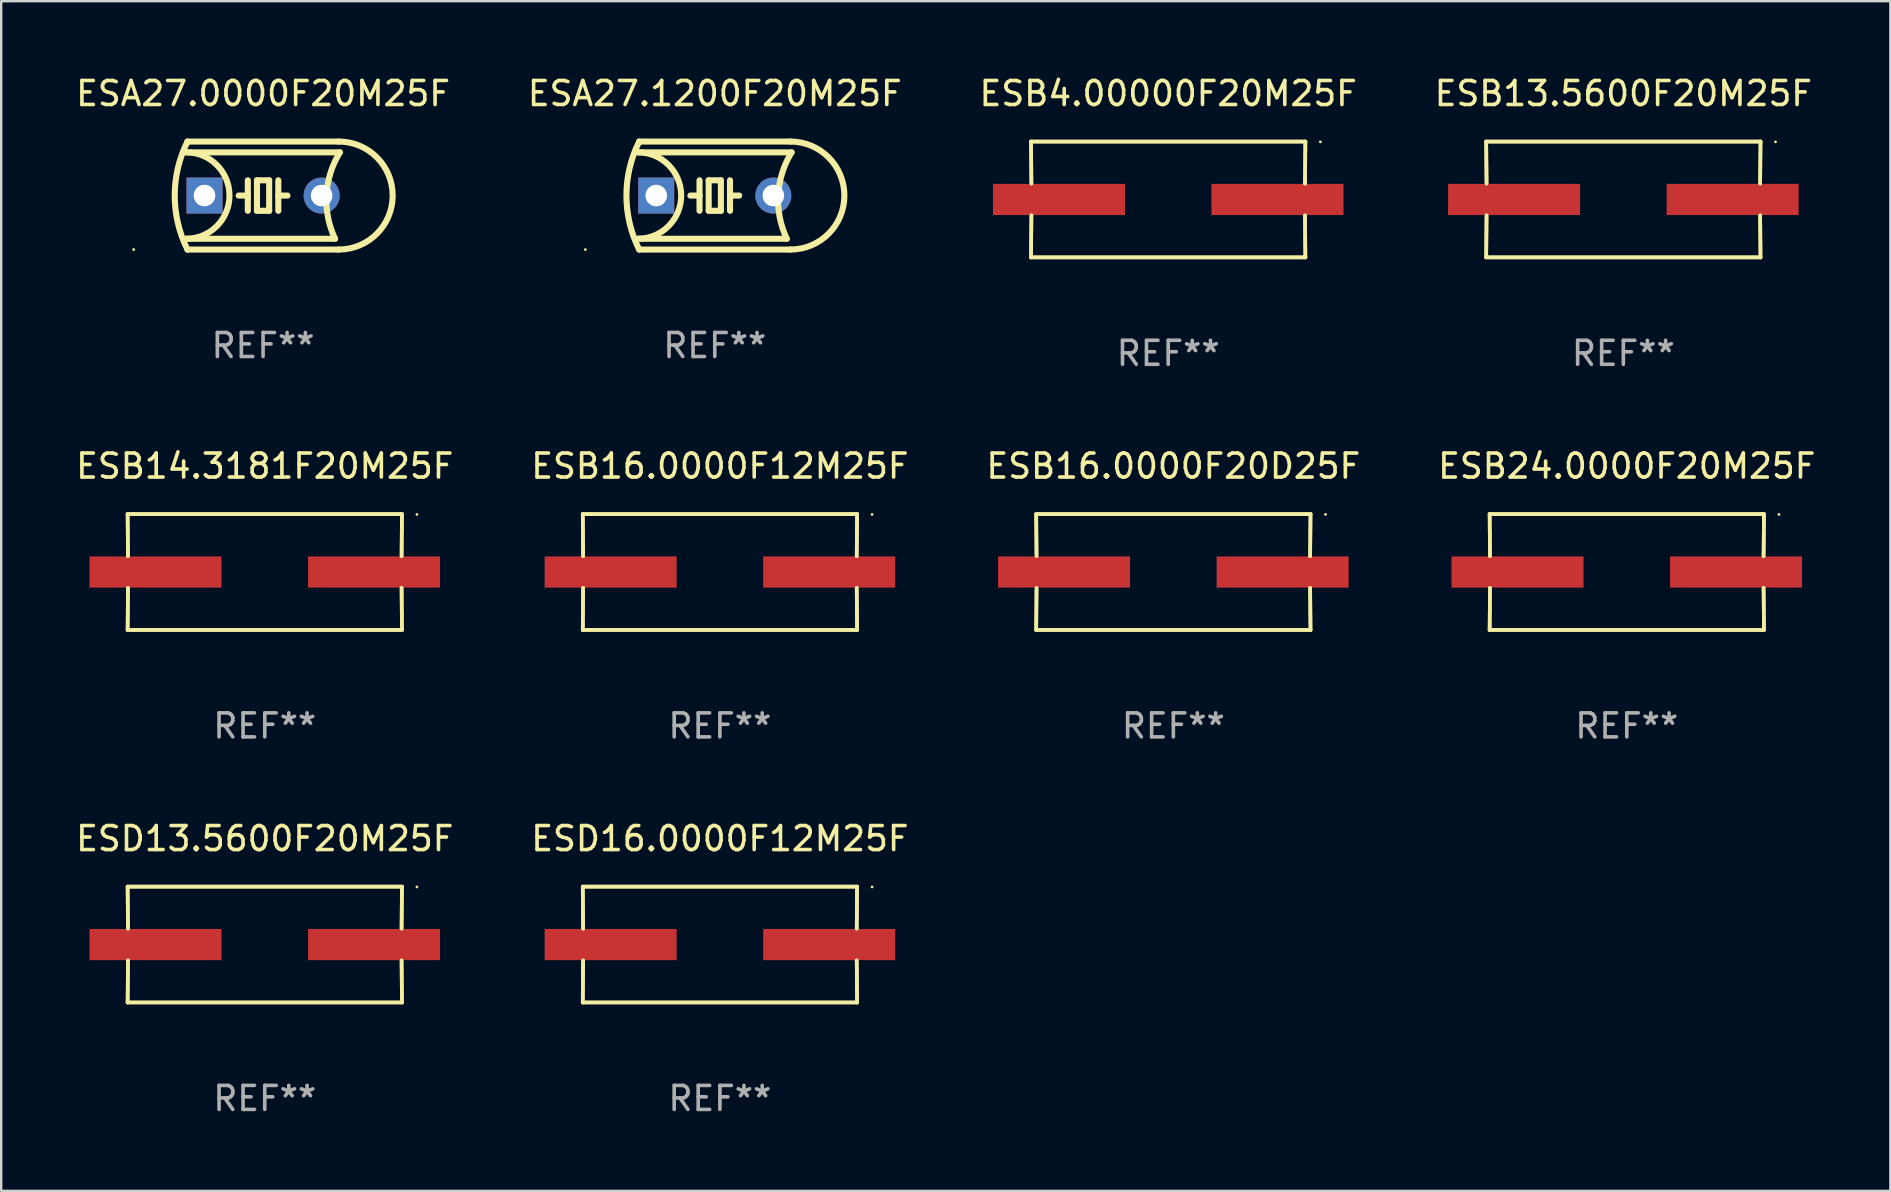
<source format=kicad_pcb>
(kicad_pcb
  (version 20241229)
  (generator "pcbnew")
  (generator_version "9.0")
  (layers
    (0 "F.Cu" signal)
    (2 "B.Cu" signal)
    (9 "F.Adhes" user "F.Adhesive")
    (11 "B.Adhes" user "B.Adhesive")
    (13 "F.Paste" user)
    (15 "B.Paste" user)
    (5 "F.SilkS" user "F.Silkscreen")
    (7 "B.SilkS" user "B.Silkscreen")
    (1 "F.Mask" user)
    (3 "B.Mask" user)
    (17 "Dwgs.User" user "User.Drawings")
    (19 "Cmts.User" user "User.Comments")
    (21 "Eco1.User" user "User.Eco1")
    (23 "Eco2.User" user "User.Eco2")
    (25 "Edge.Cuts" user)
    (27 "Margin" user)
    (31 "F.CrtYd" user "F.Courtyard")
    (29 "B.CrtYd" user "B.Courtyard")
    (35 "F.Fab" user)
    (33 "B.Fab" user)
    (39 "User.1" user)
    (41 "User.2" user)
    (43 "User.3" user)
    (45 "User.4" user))
  (footprint "ESB14.3181F20M25F"
    (layer "F.Cu")
    (at 7.982 20.784)
    (property "Reference" "ESB14.3181F20M25F" (at 0 -4.413 0) (layer "F.SilkS") (effects (font (size 1 1) (thickness 0.15))))
    (attr through_hole)
    (fp_line (start -5.715 -2.413) (end -5.7 -0.662) (stroke (width 0.152) (type solid)) (layer "F.SilkS"))
    (fp_line (start -5.715 -2.413) (end -5.7 -0.662) (stroke (width 0.152) (type solid)) (layer "F.SilkS"))
    (fp_line (start -5.715 2.413) (end 5.715 2.413) (stroke (width 0.152) (type solid)) (layer "F.SilkS"))
    (fp_line (start -5.715 2.413) (end 5.715 2.413) (stroke (width 0.152) (type solid)) (layer "F.SilkS"))
    (fp_line (start -5.7 0.662) (end -5.715 2.413) (stroke (width 0.152) (type solid)) (layer "F.SilkS"))
    (fp_line (start -5.7 0.662) (end -5.715 2.413) (stroke (width 0.152) (type solid)) (layer "F.SilkS"))
    (fp_line (start 5.7 -0.662) (end 5.715 -2.413) (stroke (width 0.152) (type solid)) (layer "F.SilkS"))
    (fp_line (start 5.7 -0.662) (end 5.715 -2.413) (stroke (width 0.152) (type solid)) (layer "F.SilkS"))
    (fp_line (start 5.715 -2.413) (end -5.715 -2.413) (stroke (width 0.152) (type solid)) (layer "F.SilkS"))
    (fp_line (start 5.715 -2.413) (end -5.715 -2.413) (stroke (width 0.152) (type solid)) (layer "F.SilkS"))
    (fp_line (start 5.715 2.413) (end 5.7 0.662) (stroke (width 0.152) (type solid)) (layer "F.SilkS"))
    (fp_line (start 5.715 2.413) (end 5.7 0.662) (stroke (width 0.152) (type solid)) (layer "F.SilkS"))
    (fp_circle (center 6.34 -2.4) (end 6.37 -2.4) (stroke (width 0.06) (type solid)) (fill no) (layer "F.SilkS"))
    (fp_text user "REF**" (at 0 6.413 0) (layer "F.Fab") (effects (font (size 1 1) (thickness 0.15))))
    (pad "1" smd rect (at 4.553 0) (size 5.5 1.3) (layers "F.Cu" "F.Mask" "F.Paste"))
    (pad "2" smd rect (at -4.553 0) (size 5.5 1.3) (layers "F.Cu" "F.Mask" "F.Paste")))
  (footprint "ESA27.0000F20M25F"
    (layer "F.Cu")
    (at 7.911 5.098)
    (property "Reference" "ESA27.0000F20M25F" (at 0 -4.25 0) (layer "F.SilkS") (effects (font (size 1 1) (thickness 0.15))))
    (attr through_hole)
    (fp_line (start -3.2 -1.8) (end 3.2 -1.8) (stroke (width 0.254) (type solid)) (layer "F.SilkS"))
    (fp_line (start -3.15 2.25) (end 3.15 2.25) (stroke (width 0.254) (type solid)) (layer "F.SilkS"))
    (fp_line (start -0.635 -0.635) (end -0.635 0) (stroke (width 0.254) (type solid)) (layer "F.SilkS"))
    (fp_line (start -0.635 0) (end -1.016 0) (stroke (width 0.254) (type solid)) (layer "F.SilkS"))
    (fp_line (start -0.635 0) (end -0.635 0.635) (stroke (width 0.254) (type solid)) (layer "F.SilkS"))
    (fp_line (start -0.254 -0.635) (end -0.254 0.635) (stroke (width 0.254) (type solid)) (layer "F.SilkS"))
    (fp_line (start -0.254 0.635) (end 0.254 0.635) (stroke (width 0.254) (type solid)) (layer "F.SilkS"))
    (fp_line (start 0.254 -0.635) (end -0.254 -0.635) (stroke (width 0.254) (type solid)) (layer "F.SilkS"))
    (fp_line (start 0.254 0.635) (end 0.254 -0.635) (stroke (width 0.254) (type solid)) (layer "F.SilkS"))
    (fp_line (start 0.635 -0.635) (end 0.635 0) (stroke (width 0.254) (type solid)) (layer "F.SilkS"))
    (fp_line (start 0.635 0) (end 0.635 0.635) (stroke (width 0.254) (type solid)) (layer "F.SilkS"))
    (fp_line (start 0.635 0) (end 1.016 0) (stroke (width 0.254) (type solid)) (layer "F.SilkS"))
    (fp_line (start 3 1.8) (end -3.2 1.8) (stroke (width 0.254) (type solid)) (layer "F.SilkS"))
    (fp_line (start 3.15 -2.25) (end -3.15 -2.25) (stroke (width 0.254) (type solid)) (layer "F.SilkS"))
    (fp_arc (start -3.200406 -1.800864) (mid -1.399974 -0.000635) (end -3.2 1.8) (stroke (width 0.254001) (type solid)) (layer "F.SilkS"))
    (fp_arc (start -3.149606 2.250444) (mid -3.680941 0.000261) (end -3.149987 -2.250013) (stroke (width 0.254001) (type solid)) (layer "F.SilkS"))
    (fp_arc (start 2.999746 1.800863) (mid 2.642982 -0.024977) (end 3.2 -1.8) (stroke (width 0.254001) (type solid)) (layer "F.SilkS"))
    (fp_arc (start 3.149607 -2.250445) (mid 5.399848 -0.000406) (end 3.149987 2.250013) (stroke (width 0.254001) (type solid)) (layer "F.SilkS"))
    (fp_circle (center -5.392 2.25) (end -5.362 2.25) (stroke (width 0.06) (type solid)) (fill no) (layer "F.SilkS"))
    (fp_text user "REF**" (at 0 6.25 0) (layer "F.Fab") (effects (font (size 1 1) (thickness 0.15))))
    (pad "1" thru_hole rect (at -2.44 0) (size 1.5 1.5) (drill 0.9) (layers "*.Cu" "*.Mask"))
    (pad "2" thru_hole circle (at 2.44 0) (size 1.5 1.5) (drill 0.9) (layers "*.Cu" "*.Mask")))
  (footprint "ESB13.5600F20M25F"
    (layer "F.Cu")
    (at 64.589 5.261)
    (property "Reference" "ESB13.5600F20M25F" (at 0 -4.413 0) (layer "F.SilkS") (effects (font (size 1 1) (thickness 0.15))))
    (attr through_hole)
    (fp_line (start -5.715 -2.413) (end -5.7 -0.662) (stroke (width 0.152) (type solid)) (layer "F.SilkS"))
    (fp_line (start -5.715 -2.413) (end -5.7 -0.662) (stroke (width 0.152) (type solid)) (layer "F.SilkS"))
    (fp_line (start -5.715 2.413) (end 5.715 2.413) (stroke (width 0.152) (type solid)) (layer "F.SilkS"))
    (fp_line (start -5.715 2.413) (end 5.715 2.413) (stroke (width 0.152) (type solid)) (layer "F.SilkS"))
    (fp_line (start -5.7 0.662) (end -5.715 2.413) (stroke (width 0.152) (type solid)) (layer "F.SilkS"))
    (fp_line (start -5.7 0.662) (end -5.715 2.413) (stroke (width 0.152) (type solid)) (layer "F.SilkS"))
    (fp_line (start 5.7 -0.662) (end 5.715 -2.413) (stroke (width 0.152) (type solid)) (layer "F.SilkS"))
    (fp_line (start 5.7 -0.662) (end 5.715 -2.413) (stroke (width 0.152) (type solid)) (layer "F.SilkS"))
    (fp_line (start 5.715 -2.413) (end -5.715 -2.413) (stroke (width 0.152) (type solid)) (layer "F.SilkS"))
    (fp_line (start 5.715 -2.413) (end -5.715 -2.413) (stroke (width 0.152) (type solid)) (layer "F.SilkS"))
    (fp_line (start 5.715 2.413) (end 5.7 0.662) (stroke (width 0.152) (type solid)) (layer "F.SilkS"))
    (fp_line (start 5.715 2.413) (end 5.7 0.662) (stroke (width 0.152) (type solid)) (layer "F.SilkS"))
    (fp_circle (center 6.34 -2.4) (end 6.37 -2.4) (stroke (width 0.06) (type solid)) (fill no) (layer "F.SilkS"))
    (fp_text user "REF**" (at 0 6.413 0) (layer "F.Fab") (effects (font (size 1 1) (thickness 0.15))))
    (pad "1" smd rect (at 4.553 0) (size 5.5 1.3) (layers "F.Cu" "F.Mask" "F.Paste"))
    (pad "2" smd rect (at -4.553 0) (size 5.5 1.3) (layers "F.Cu" "F.Mask" "F.Paste")))
  (footprint "ESD13.5600F20M25F"
    (layer "F.Cu")
    (at 7.982 36.306)
    (property "Reference" "ESD13.5600F20M25F" (at 0 -4.413 0) (layer "F.SilkS") (effects (font (size 1 1) (thickness 0.15))))
    (attr through_hole)
    (fp_line (start -5.715 -2.413) (end -5.7 -0.662) (stroke (width 0.152) (type solid)) (layer "F.SilkS"))
    (fp_line (start -5.715 -2.413) (end -5.7 -0.662) (stroke (width 0.152) (type solid)) (layer "F.SilkS"))
    (fp_line (start -5.715 2.413) (end 5.715 2.413) (stroke (width 0.152) (type solid)) (layer "F.SilkS"))
    (fp_line (start -5.715 2.413) (end 5.715 2.413) (stroke (width 0.152) (type solid)) (layer "F.SilkS"))
    (fp_line (start -5.7 0.662) (end -5.715 2.413) (stroke (width 0.152) (type solid)) (layer "F.SilkS"))
    (fp_line (start -5.7 0.662) (end -5.715 2.413) (stroke (width 0.152) (type solid)) (layer "F.SilkS"))
    (fp_line (start 5.7 -0.662) (end 5.715 -2.413) (stroke (width 0.152) (type solid)) (layer "F.SilkS"))
    (fp_line (start 5.7 -0.662) (end 5.715 -2.413) (stroke (width 0.152) (type solid)) (layer "F.SilkS"))
    (fp_line (start 5.715 -2.413) (end -5.715 -2.413) (stroke (width 0.152) (type solid)) (layer "F.SilkS"))
    (fp_line (start 5.715 -2.413) (end -5.715 -2.413) (stroke (width 0.152) (type solid)) (layer "F.SilkS"))
    (fp_line (start 5.715 2.413) (end 5.7 0.662) (stroke (width 0.152) (type solid)) (layer "F.SilkS"))
    (fp_line (start 5.715 2.413) (end 5.7 0.662) (stroke (width 0.152) (type solid)) (layer "F.SilkS"))
    (fp_circle (center 6.34 -2.4) (end 6.37 -2.4) (stroke (width 0.06) (type solid)) (fill no) (layer "F.SilkS"))
    (fp_text user "REF**" (at 0 6.413 0) (layer "F.Fab") (effects (font (size 1 1) (thickness 0.15))))
    (pad "1" smd rect (at 4.553 0) (size 5.5 1.3) (layers "F.Cu" "F.Mask" "F.Paste"))
    (pad "2" smd rect (at -4.553 0) (size 5.5 1.3) (layers "F.Cu" "F.Mask" "F.Paste")))
  (footprint "ESB4.00000F20M25F"
    (layer "F.Cu")
    (at 45.625 5.261)
    (property "Reference" "ESB4.00000F20M25F" (at 0 -4.413 0) (layer "F.SilkS") (effects (font (size 1 1) (thickness 0.15))))
    (attr through_hole)
    (fp_line (start -5.715 -2.413) (end -5.7 -0.662) (stroke (width 0.152) (type solid)) (layer "F.SilkS"))
    (fp_line (start -5.715 -2.413) (end -5.7 -0.662) (stroke (width 0.152) (type solid)) (layer "F.SilkS"))
    (fp_line (start -5.715 2.413) (end 5.715 2.413) (stroke (width 0.152) (type solid)) (layer "F.SilkS"))
    (fp_line (start -5.715 2.413) (end 5.715 2.413) (stroke (width 0.152) (type solid)) (layer "F.SilkS"))
    (fp_line (start -5.7 0.662) (end -5.715 2.413) (stroke (width 0.152) (type solid)) (layer "F.SilkS"))
    (fp_line (start -5.7 0.662) (end -5.715 2.413) (stroke (width 0.152) (type solid)) (layer "F.SilkS"))
    (fp_line (start 5.7 -0.662) (end 5.715 -2.413) (stroke (width 0.152) (type solid)) (layer "F.SilkS"))
    (fp_line (start 5.7 -0.662) (end 5.715 -2.413) (stroke (width 0.152) (type solid)) (layer "F.SilkS"))
    (fp_line (start 5.715 -2.413) (end -5.715 -2.413) (stroke (width 0.152) (type solid)) (layer "F.SilkS"))
    (fp_line (start 5.715 -2.413) (end -5.715 -2.413) (stroke (width 0.152) (type solid)) (layer "F.SilkS"))
    (fp_line (start 5.715 2.413) (end 5.7 0.662) (stroke (width 0.152) (type solid)) (layer "F.SilkS"))
    (fp_line (start 5.715 2.413) (end 5.7 0.662) (stroke (width 0.152) (type solid)) (layer "F.SilkS"))
    (fp_circle (center 6.34 -2.4) (end 6.37 -2.4) (stroke (width 0.06) (type solid)) (fill no) (layer "F.SilkS"))
    (fp_text user "REF**" (at 0 6.413 0) (layer "F.Fab") (effects (font (size 1 1) (thickness 0.15))))
    (pad "1" smd rect (at 4.553 0) (size 5.5 1.3) (layers "F.Cu" "F.Mask" "F.Paste"))
    (pad "2" smd rect (at -4.553 0) (size 5.5 1.3) (layers "F.Cu" "F.Mask" "F.Paste")))
  (footprint "ESB24.0000F20M25F"
    (layer "F.Cu")
    (at 64.732 20.784)
    (property "Reference" "ESB24.0000F20M25F" (at 0 -4.413 0) (layer "F.SilkS") (effects (font (size 1 1) (thickness 0.15))))
    (attr through_hole)
    (fp_line (start -5.715 -2.413) (end -5.7 -0.662) (stroke (width 0.152) (type solid)) (layer "F.SilkS"))
    (fp_line (start -5.715 -2.413) (end -5.7 -0.662) (stroke (width 0.152) (type solid)) (layer "F.SilkS"))
    (fp_line (start -5.715 2.413) (end 5.715 2.413) (stroke (width 0.152) (type solid)) (layer "F.SilkS"))
    (fp_line (start -5.715 2.413) (end 5.715 2.413) (stroke (width 0.152) (type solid)) (layer "F.SilkS"))
    (fp_line (start -5.7 0.662) (end -5.715 2.413) (stroke (width 0.152) (type solid)) (layer "F.SilkS"))
    (fp_line (start -5.7 0.662) (end -5.715 2.413) (stroke (width 0.152) (type solid)) (layer "F.SilkS"))
    (fp_line (start 5.7 -0.662) (end 5.715 -2.413) (stroke (width 0.152) (type solid)) (layer "F.SilkS"))
    (fp_line (start 5.7 -0.662) (end 5.715 -2.413) (stroke (width 0.152) (type solid)) (layer "F.SilkS"))
    (fp_line (start 5.715 -2.413) (end -5.715 -2.413) (stroke (width 0.152) (type solid)) (layer "F.SilkS"))
    (fp_line (start 5.715 -2.413) (end -5.715 -2.413) (stroke (width 0.152) (type solid)) (layer "F.SilkS"))
    (fp_line (start 5.715 2.413) (end 5.7 0.662) (stroke (width 0.152) (type solid)) (layer "F.SilkS"))
    (fp_line (start 5.715 2.413) (end 5.7 0.662) (stroke (width 0.152) (type solid)) (layer "F.SilkS"))
    (fp_circle (center 6.34 -2.4) (end 6.37 -2.4) (stroke (width 0.06) (type solid)) (fill no) (layer "F.SilkS"))
    (fp_text user "REF**" (at 0 6.413 0) (layer "F.Fab") (effects (font (size 1 1) (thickness 0.15))))
    (pad "1" smd rect (at 4.553 0) (size 5.5 1.3) (layers "F.Cu" "F.Mask" "F.Paste"))
    (pad "2" smd rect (at -4.553 0) (size 5.5 1.3) (layers "F.Cu" "F.Mask" "F.Paste")))
  (footprint "ESB16.0000F20D25F"
    (layer "F.Cu")
    (at 45.839 20.784)
    (property "Reference" "ESB16.0000F20D25F" (at 0 -4.413 0) (layer "F.SilkS") (effects (font (size 1 1) (thickness 0.15))))
    (attr through_hole)
    (fp_line (start -5.715 -2.413) (end -5.7 -0.662) (stroke (width 0.152) (type solid)) (layer "F.SilkS"))
    (fp_line (start -5.715 -2.413) (end -5.7 -0.662) (stroke (width 0.152) (type solid)) (layer "F.SilkS"))
    (fp_line (start -5.715 2.413) (end 5.715 2.413) (stroke (width 0.152) (type solid)) (layer "F.SilkS"))
    (fp_line (start -5.715 2.413) (end 5.715 2.413) (stroke (width 0.152) (type solid)) (layer "F.SilkS"))
    (fp_line (start -5.7 0.662) (end -5.715 2.413) (stroke (width 0.152) (type solid)) (layer "F.SilkS"))
    (fp_line (start -5.7 0.662) (end -5.715 2.413) (stroke (width 0.152) (type solid)) (layer "F.SilkS"))
    (fp_line (start 5.7 -0.662) (end 5.715 -2.413) (stroke (width 0.152) (type solid)) (layer "F.SilkS"))
    (fp_line (start 5.7 -0.662) (end 5.715 -2.413) (stroke (width 0.152) (type solid)) (layer "F.SilkS"))
    (fp_line (start 5.715 -2.413) (end -5.715 -2.413) (stroke (width 0.152) (type solid)) (layer "F.SilkS"))
    (fp_line (start 5.715 -2.413) (end -5.715 -2.413) (stroke (width 0.152) (type solid)) (layer "F.SilkS"))
    (fp_line (start 5.715 2.413) (end 5.7 0.662) (stroke (width 0.152) (type solid)) (layer "F.SilkS"))
    (fp_line (start 5.715 2.413) (end 5.7 0.662) (stroke (width 0.152) (type solid)) (layer "F.SilkS"))
    (fp_circle (center 6.34 -2.4) (end 6.37 -2.4) (stroke (width 0.06) (type solid)) (fill no) (layer "F.SilkS"))
    (fp_text user "REF**" (at 0 6.413 0) (layer "F.Fab") (effects (font (size 1 1) (thickness 0.15))))
    (pad "1" smd rect (at 4.553 0) (size 5.5 1.3) (layers "F.Cu" "F.Mask" "F.Paste"))
    (pad "2" smd rect (at -4.553 0) (size 5.5 1.3) (layers "F.Cu" "F.Mask" "F.Paste")))
  (footprint "ESD16.0000F12M25F"
    (layer "F.Cu")
    (at 26.946 36.306)
    (property "Reference" "ESD16.0000F12M25F" (at 0 -4.413 0) (layer "F.SilkS") (effects (font (size 1 1) (thickness 0.15))))
    (attr through_hole)
    (fp_line (start -5.715 -2.413) (end -5.7 -0.662) (stroke (width 0.152) (type solid)) (layer "F.SilkS"))
    (fp_line (start -5.715 -2.413) (end -5.7 -0.662) (stroke (width 0.152) (type solid)) (layer "F.SilkS"))
    (fp_line (start -5.715 2.413) (end 5.715 2.413) (stroke (width 0.152) (type solid)) (layer "F.SilkS"))
    (fp_line (start -5.715 2.413) (end 5.715 2.413) (stroke (width 0.152) (type solid)) (layer "F.SilkS"))
    (fp_line (start -5.7 0.662) (end -5.715 2.413) (stroke (width 0.152) (type solid)) (layer "F.SilkS"))
    (fp_line (start -5.7 0.662) (end -5.715 2.413) (stroke (width 0.152) (type solid)) (layer "F.SilkS"))
    (fp_line (start 5.7 -0.662) (end 5.715 -2.413) (stroke (width 0.152) (type solid)) (layer "F.SilkS"))
    (fp_line (start 5.7 -0.662) (end 5.715 -2.413) (stroke (width 0.152) (type solid)) (layer "F.SilkS"))
    (fp_line (start 5.715 -2.413) (end -5.715 -2.413) (stroke (width 0.152) (type solid)) (layer "F.SilkS"))
    (fp_line (start 5.715 -2.413) (end -5.715 -2.413) (stroke (width 0.152) (type solid)) (layer "F.SilkS"))
    (fp_line (start 5.715 2.413) (end 5.7 0.662) (stroke (width 0.152) (type solid)) (layer "F.SilkS"))
    (fp_line (start 5.715 2.413) (end 5.7 0.662) (stroke (width 0.152) (type solid)) (layer "F.SilkS"))
    (fp_circle (center 6.34 -2.4) (end 6.37 -2.4) (stroke (width 0.06) (type solid)) (fill no) (layer "F.SilkS"))
    (fp_text user "REF**" (at 0 6.413 0) (layer "F.Fab") (effects (font (size 1 1) (thickness 0.15))))
    (pad "1" smd rect (at 4.553 0) (size 5.5 1.3) (layers "F.Cu" "F.Mask" "F.Paste"))
    (pad "2" smd rect (at -4.553 0) (size 5.5 1.3) (layers "F.Cu" "F.Mask" "F.Paste")))
  (footprint "ESB16.0000F12M25F"
    (layer "F.Cu")
    (at 26.946 20.784)
    (property "Reference" "ESB16.0000F12M25F" (at 0 -4.413 0) (layer "F.SilkS") (effects (font (size 1 1) (thickness 0.15))))
    (attr through_hole)
    (fp_line (start -5.715 -2.413) (end -5.7 -0.662) (stroke (width 0.152) (type solid)) (layer "F.SilkS"))
    (fp_line (start -5.715 -2.413) (end -5.7 -0.662) (stroke (width 0.152) (type solid)) (layer "F.SilkS"))
    (fp_line (start -5.715 2.413) (end 5.715 2.413) (stroke (width 0.152) (type solid)) (layer "F.SilkS"))
    (fp_line (start -5.715 2.413) (end 5.715 2.413) (stroke (width 0.152) (type solid)) (layer "F.SilkS"))
    (fp_line (start -5.7 0.662) (end -5.715 2.413) (stroke (width 0.152) (type solid)) (layer "F.SilkS"))
    (fp_line (start -5.7 0.662) (end -5.715 2.413) (stroke (width 0.152) (type solid)) (layer "F.SilkS"))
    (fp_line (start 5.7 -0.662) (end 5.715 -2.413) (stroke (width 0.152) (type solid)) (layer "F.SilkS"))
    (fp_line (start 5.7 -0.662) (end 5.715 -2.413) (stroke (width 0.152) (type solid)) (layer "F.SilkS"))
    (fp_line (start 5.715 -2.413) (end -5.715 -2.413) (stroke (width 0.152) (type solid)) (layer "F.SilkS"))
    (fp_line (start 5.715 -2.413) (end -5.715 -2.413) (stroke (width 0.152) (type solid)) (layer "F.SilkS"))
    (fp_line (start 5.715 2.413) (end 5.7 0.662) (stroke (width 0.152) (type solid)) (layer "F.SilkS"))
    (fp_line (start 5.715 2.413) (end 5.7 0.662) (stroke (width 0.152) (type solid)) (layer "F.SilkS"))
    (fp_circle (center 6.34 -2.4) (end 6.37 -2.4) (stroke (width 0.06) (type solid)) (fill no) (layer "F.SilkS"))
    (fp_text user "REF**" (at 0 6.413 0) (layer "F.Fab") (effects (font (size 1 1) (thickness 0.15))))
    (pad "1" smd rect (at 4.553 0) (size 5.5 1.3) (layers "F.Cu" "F.Mask" "F.Paste"))
    (pad "2" smd rect (at -4.553 0) (size 5.5 1.3) (layers "F.Cu" "F.Mask" "F.Paste")))
  (footprint "ESA27.1200F20M25F"
    (layer "F.Cu")
    (at 26.732 5.098)
    (property "Reference" "ESA27.1200F20M25F" (at 0 -4.25 0) (layer "F.SilkS") (effects (font (size 1 1) (thickness 0.15))))
    (attr through_hole)
    (fp_line (start -3.2 -1.8) (end 3.2 -1.8) (stroke (width 0.254) (type solid)) (layer "F.SilkS"))
    (fp_line (start -3.15 2.25) (end 3.15 2.25) (stroke (width 0.254) (type solid)) (layer "F.SilkS"))
    (fp_line (start -0.635 -0.635) (end -0.635 0) (stroke (width 0.254) (type solid)) (layer "F.SilkS"))
    (fp_line (start -0.635 0) (end -1.016 0) (stroke (width 0.254) (type solid)) (layer "F.SilkS"))
    (fp_line (start -0.635 0) (end -0.635 0.635) (stroke (width 0.254) (type solid)) (layer "F.SilkS"))
    (fp_line (start -0.254 -0.635) (end -0.254 0.635) (stroke (width 0.254) (type solid)) (layer "F.SilkS"))
    (fp_line (start -0.254 0.635) (end 0.254 0.635) (stroke (width 0.254) (type solid)) (layer "F.SilkS"))
    (fp_line (start 0.254 -0.635) (end -0.254 -0.635) (stroke (width 0.254) (type solid)) (layer "F.SilkS"))
    (fp_line (start 0.254 0.635) (end 0.254 -0.635) (stroke (width 0.254) (type solid)) (layer "F.SilkS"))
    (fp_line (start 0.635 -0.635) (end 0.635 0) (stroke (width 0.254) (type solid)) (layer "F.SilkS"))
    (fp_line (start 0.635 0) (end 0.635 0.635) (stroke (width 0.254) (type solid)) (layer "F.SilkS"))
    (fp_line (start 0.635 0) (end 1.016 0) (stroke (width 0.254) (type solid)) (layer "F.SilkS"))
    (fp_line (start 3 1.8) (end -3.2 1.8) (stroke (width 0.254) (type solid)) (layer "F.SilkS"))
    (fp_line (start 3.15 -2.25) (end -3.15 -2.25) (stroke (width 0.254) (type solid)) (layer "F.SilkS"))
    (fp_arc (start -3.200406 -1.800864) (mid -1.399974 -0.000635) (end -3.2 1.8) (stroke (width 0.254001) (type solid)) (layer "F.SilkS"))
    (fp_arc (start -3.149606 2.250444) (mid -3.680941 0.000261) (end -3.149987 -2.250013) (stroke (width 0.254001) (type solid)) (layer "F.SilkS"))
    (fp_arc (start 2.999746 1.800863) (mid 2.642982 -0.024977) (end 3.2 -1.8) (stroke (width 0.254001) (type solid)) (layer "F.SilkS"))
    (fp_arc (start 3.149607 -2.250445) (mid 5.399848 -0.000406) (end 3.149987 2.250013) (stroke (width 0.254001) (type solid)) (layer "F.SilkS"))
    (fp_circle (center -5.392 2.25) (end -5.362 2.25) (stroke (width 0.06) (type solid)) (fill no) (layer "F.SilkS"))
    (fp_text user "REF**" (at 0 6.25 0) (layer "F.Fab") (effects (font (size 1 1) (thickness 0.15))))
    (pad "1" thru_hole rect (at -2.44 0) (size 1.5 1.5) (drill 0.9) (layers "*.Cu" "*.Mask"))
    (pad "2" thru_hole circle (at 2.44 0) (size 1.5 1.5) (drill 0.9) (layers "*.Cu" "*.Mask")))
  (gr_rect
    (start -3 -3)
    (end 75.714 46.568)
    (stroke (width 0.1) (type default))
    (fill no)
    (layer "Edge.Cuts")))
</source>
